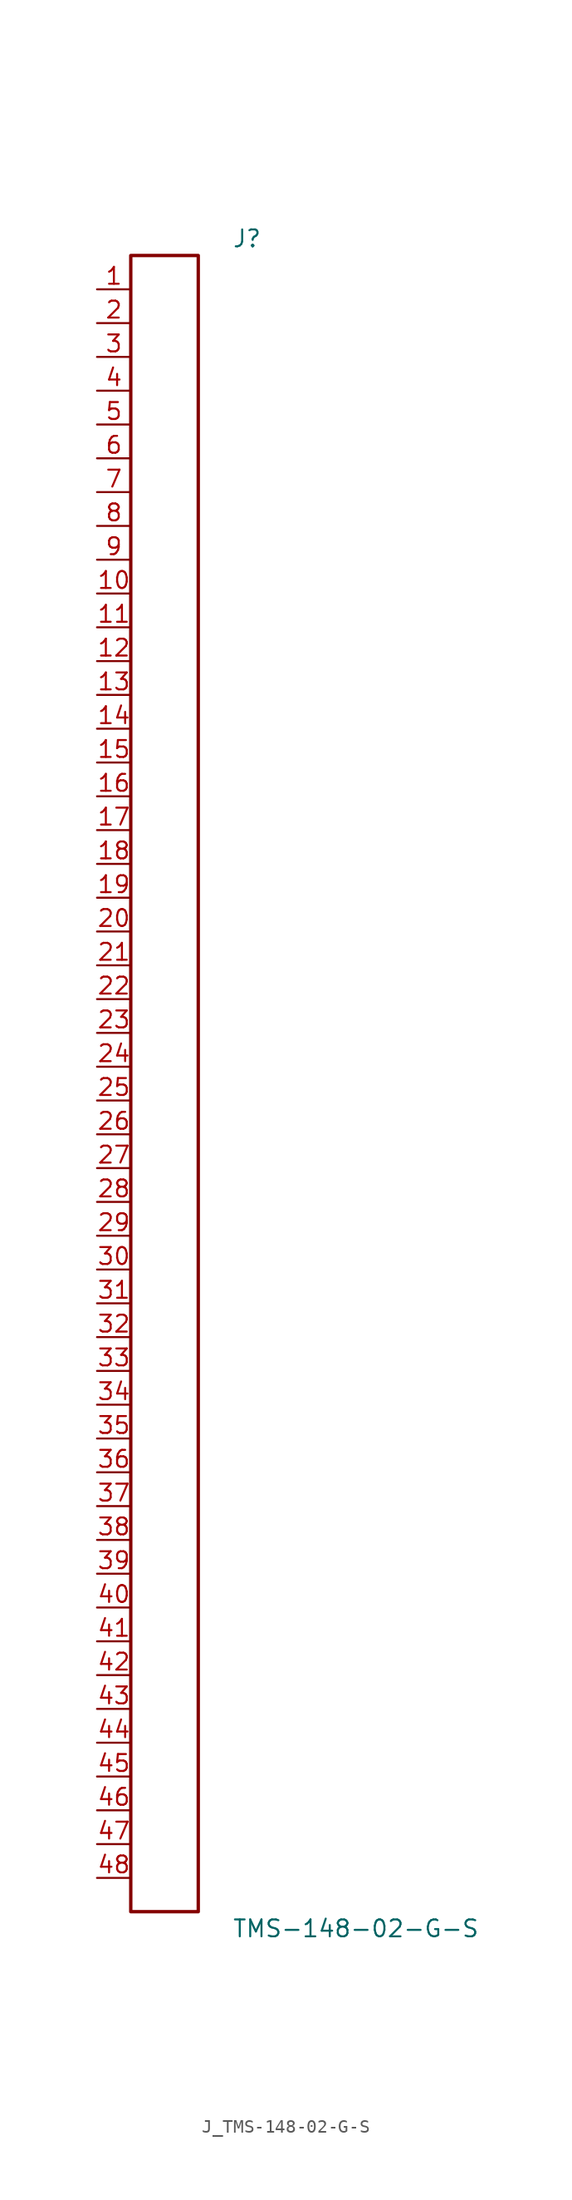
<source format=kicad_sym>
(kicad_symbol_lib
  (version 20231120)
  (generator kicad_symbol_editor)
  (generator_version 8.0)
  (symbol "J_TMS-148-02-G-S"
    (pin_names
      (offset 0.254))
    (property "Reference" "J"
      (at 5.08 63.5 0)
      (effects (font (size 1.27 1.27)) (justify left)))
    (property "Value" "TMS-148-02-G-S"
      (at 5.08 -63.5 0)
      (effects (font (size 1.27 1.27)) (justify left)))
    (symbol "J_TMS-148-02-G-S_0_0"
      (pin passive line (at -5.08 59.69 0) (length 2.54) (name "" (effects (font (size 1.27 1.27)))) (number "1" (effects (font (size 1.27 1.27)))))
      (pin passive line (at -5.08 57.15 0) (length 2.54) (name "" (effects (font (size 1.27 1.27)))) (number "2" (effects (font (size 1.27 1.27)))))
      (pin passive line (at -5.08 54.61 0) (length 2.54) (name "" (effects (font (size 1.27 1.27)))) (number "3" (effects (font (size 1.27 1.27)))))
      (pin passive line (at -5.08 52.07 0) (length 2.54) (name "" (effects (font (size 1.27 1.27)))) (number "4" (effects (font (size 1.27 1.27)))))
      (pin passive line (at -5.08 49.53 0) (length 2.54) (name "" (effects (font (size 1.27 1.27)))) (number "5" (effects (font (size 1.27 1.27)))))
      (pin passive line (at -5.08 46.99 0) (length 2.54) (name "" (effects (font (size 1.27 1.27)))) (number "6" (effects (font (size 1.27 1.27)))))
      (pin passive line (at -5.08 44.45 0) (length 2.54) (name "" (effects (font (size 1.27 1.27)))) (number "7" (effects (font (size 1.27 1.27)))))
      (pin passive line (at -5.08 41.91 0) (length 2.54) (name "" (effects (font (size 1.27 1.27)))) (number "8" (effects (font (size 1.27 1.27)))))
      (pin passive line (at -5.08 39.37 0) (length 2.54) (name "" (effects (font (size 1.27 1.27)))) (number "9" (effects (font (size 1.27 1.27)))))
      (pin passive line (at -5.08 36.83 0) (length 2.54) (name "" (effects (font (size 1.27 1.27)))) (number "10" (effects (font (size 1.27 1.27)))))
      (pin passive line (at -5.08 34.29 0) (length 2.54) (name "" (effects (font (size 1.27 1.27)))) (number "11" (effects (font (size 1.27 1.27)))))
      (pin passive line (at -5.08 31.75 0) (length 2.54) (name "" (effects (font (size 1.27 1.27)))) (number "12" (effects (font (size 1.27 1.27)))))
      (pin passive line (at -5.08 29.21 0) (length 2.54) (name "" (effects (font (size 1.27 1.27)))) (number "13" (effects (font (size 1.27 1.27)))))
      (pin passive line (at -5.08 26.67 0) (length 2.54) (name "" (effects (font (size 1.27 1.27)))) (number "14" (effects (font (size 1.27 1.27)))))
      (pin passive line (at -5.08 24.13 0) (length 2.54) (name "" (effects (font (size 1.27 1.27)))) (number "15" (effects (font (size 1.27 1.27)))))
      (pin passive line (at -5.08 21.59 0) (length 2.54) (name "" (effects (font (size 1.27 1.27)))) (number "16" (effects (font (size 1.27 1.27)))))
      (pin passive line (at -5.08 19.05 0) (length 2.54) (name "" (effects (font (size 1.27 1.27)))) (number "17" (effects (font (size 1.27 1.27)))))
      (pin passive line (at -5.08 16.51 0) (length 2.54) (name "" (effects (font (size 1.27 1.27)))) (number "18" (effects (font (size 1.27 1.27)))))
      (pin passive line (at -5.08 13.97 0) (length 2.54) (name "" (effects (font (size 1.27 1.27)))) (number "19" (effects (font (size 1.27 1.27)))))
      (pin passive line (at -5.08 11.43 0) (length 2.54) (name "" (effects (font (size 1.27 1.27)))) (number "20" (effects (font (size 1.27 1.27)))))
      (pin passive line (at -5.08 8.89 0) (length 2.54) (name "" (effects (font (size 1.27 1.27)))) (number "21" (effects (font (size 1.27 1.27)))))
      (pin passive line (at -5.08 6.35 0) (length 2.54) (name "" (effects (font (size 1.27 1.27)))) (number "22" (effects (font (size 1.27 1.27)))))
      (pin passive line (at -5.08 3.81 0) (length 2.54) (name "" (effects (font (size 1.27 1.27)))) (number "23" (effects (font (size 1.27 1.27)))))
      (pin passive line (at -5.08 1.27 0) (length 2.54) (name "" (effects (font (size 1.27 1.27)))) (number "24" (effects (font (size 1.27 1.27)))))
      (pin passive line (at -5.08 -1.27 0) (length 2.54) (name "" (effects (font (size 1.27 1.27)))) (number "25" (effects (font (size 1.27 1.27)))))
      (pin passive line (at -5.08 -3.81 0) (length 2.54) (name "" (effects (font (size 1.27 1.27)))) (number "26" (effects (font (size 1.27 1.27)))))
      (pin passive line (at -5.08 -6.35 0) (length 2.54) (name "" (effects (font (size 1.27 1.27)))) (number "27" (effects (font (size 1.27 1.27)))))
      (pin passive line (at -5.08 -8.89 0) (length 2.54) (name "" (effects (font (size 1.27 1.27)))) (number "28" (effects (font (size 1.27 1.27)))))
      (pin passive line (at -5.08 -11.43 0) (length 2.54) (name "" (effects (font (size 1.27 1.27)))) (number "29" (effects (font (size 1.27 1.27)))))
      (pin passive line (at -5.08 -13.97 0) (length 2.54) (name "" (effects (font (size 1.27 1.27)))) (number "30" (effects (font (size 1.27 1.27)))))
      (pin passive line (at -5.08 -16.51 0) (length 2.54) (name "" (effects (font (size 1.27 1.27)))) (number "31" (effects (font (size 1.27 1.27)))))
      (pin passive line (at -5.08 -19.05 0) (length 2.54) (name "" (effects (font (size 1.27 1.27)))) (number "32" (effects (font (size 1.27 1.27)))))
      (pin passive line (at -5.08 -21.59 0) (length 2.54) (name "" (effects (font (size 1.27 1.27)))) (number "33" (effects (font (size 1.27 1.27)))))
      (pin passive line (at -5.08 -24.13 0) (length 2.54) (name "" (effects (font (size 1.27 1.27)))) (number "34" (effects (font (size 1.27 1.27)))))
      (pin passive line (at -5.08 -26.67 0) (length 2.54) (name "" (effects (font (size 1.27 1.27)))) (number "35" (effects (font (size 1.27 1.27)))))
      (pin passive line (at -5.08 -29.21 0) (length 2.54) (name "" (effects (font (size 1.27 1.27)))) (number "36" (effects (font (size 1.27 1.27)))))
      (pin passive line (at -5.08 -31.75 0) (length 2.54) (name "" (effects (font (size 1.27 1.27)))) (number "37" (effects (font (size 1.27 1.27)))))
      (pin passive line (at -5.08 -34.29 0) (length 2.54) (name "" (effects (font (size 1.27 1.27)))) (number "38" (effects (font (size 1.27 1.27)))))
      (pin passive line (at -5.08 -36.83 0) (length 2.54) (name "" (effects (font (size 1.27 1.27)))) (number "39" (effects (font (size 1.27 1.27)))))
      (pin passive line (at -5.08 -39.37 0) (length 2.54) (name "" (effects (font (size 1.27 1.27)))) (number "40" (effects (font (size 1.27 1.27)))))
      (pin passive line (at -5.08 -41.91 0) (length 2.54) (name "" (effects (font (size 1.27 1.27)))) (number "41" (effects (font (size 1.27 1.27)))))
      (pin passive line (at -5.08 -44.45 0) (length 2.54) (name "" (effects (font (size 1.27 1.27)))) (number "42" (effects (font (size 1.27 1.27)))))
      (pin passive line (at -5.08 -46.99 0) (length 2.54) (name "" (effects (font (size 1.27 1.27)))) (number "43" (effects (font (size 1.27 1.27)))))
      (pin passive line (at -5.08 -49.53 0) (length 2.54) (name "" (effects (font (size 1.27 1.27)))) (number "44" (effects (font (size 1.27 1.27)))))
      (pin passive line (at -5.08 -52.07 0) (length 2.54) (name "" (effects (font (size 1.27 1.27)))) (number "45" (effects (font (size 1.27 1.27)))))
      (pin passive line (at -5.08 -54.61 0) (length 2.54) (name "" (effects (font (size 1.27 1.27)))) (number "46" (effects (font (size 1.27 1.27)))))
      (pin passive line (at -5.08 -57.15 0) (length 2.54) (name "" (effects (font (size 1.27 1.27)))) (number "47" (effects (font (size 1.27 1.27)))))
      (pin passive line (at -5.08 -59.69 0) (length 2.54) (name "" (effects (font (size 1.27 1.27)))) (number "48" (effects (font (size 1.27 1.27))))))
    (symbol "J_TMS-148-02-G-S_1_0"
      (rectangle (start -2.54 62.23) (end 2.54 -62.23) (stroke (width 0.254) (type solid)) (fill (type none))))))
</source>
